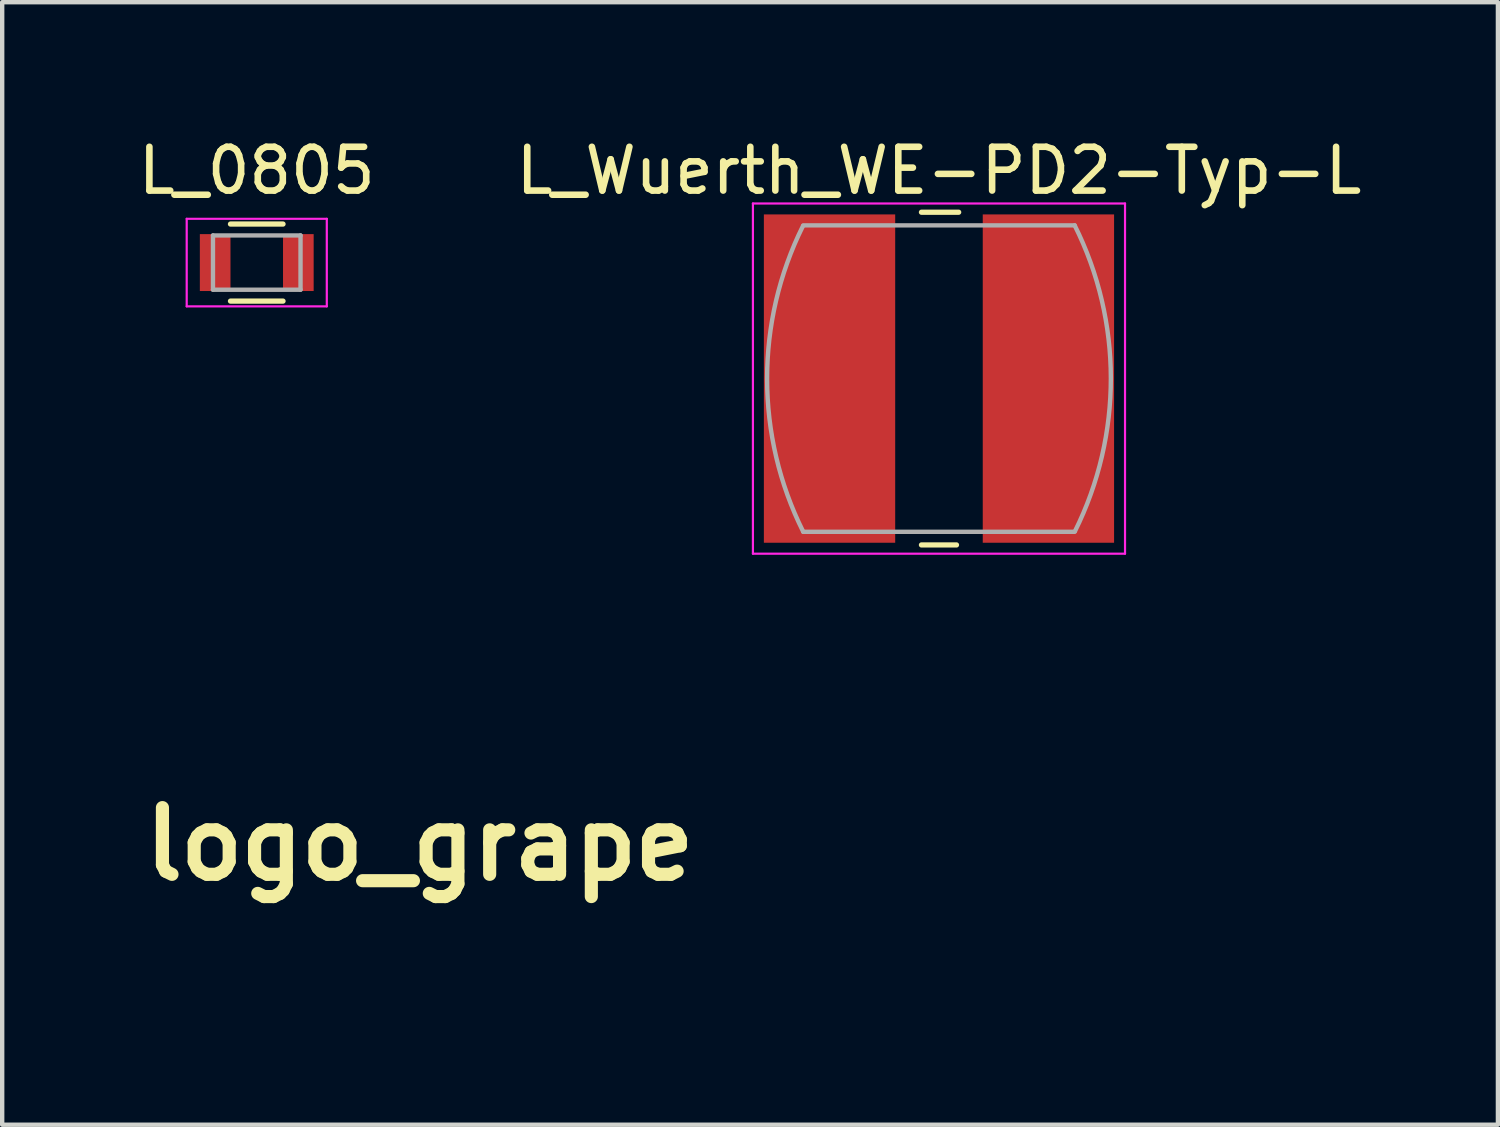
<source format=kicad_pcb>
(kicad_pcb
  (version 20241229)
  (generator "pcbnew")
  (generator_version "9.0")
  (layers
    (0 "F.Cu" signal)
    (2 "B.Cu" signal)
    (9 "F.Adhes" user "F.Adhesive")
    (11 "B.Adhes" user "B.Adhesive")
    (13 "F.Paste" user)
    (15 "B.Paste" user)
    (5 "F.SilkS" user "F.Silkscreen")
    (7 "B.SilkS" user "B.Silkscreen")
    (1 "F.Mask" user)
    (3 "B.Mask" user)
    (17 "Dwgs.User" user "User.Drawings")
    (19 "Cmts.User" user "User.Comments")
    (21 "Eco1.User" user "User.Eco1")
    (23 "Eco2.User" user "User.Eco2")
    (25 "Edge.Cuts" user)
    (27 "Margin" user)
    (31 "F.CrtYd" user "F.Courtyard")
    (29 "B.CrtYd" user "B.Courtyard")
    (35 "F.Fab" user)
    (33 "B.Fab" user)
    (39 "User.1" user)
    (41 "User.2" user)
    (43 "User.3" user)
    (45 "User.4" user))
  (footprint "L_0805"
    (layer "F.Cu")
    (at 2.815 2.948)
    (property "Reference" "L_0805" (at 0 -2.1 0) (layer "F.SilkS") (effects (font (size 1 1) (thickness 0.15))))
    (attr smd)
    (fp_line (start -0.6 -0.88) (end 0.6 -0.88) (stroke (width 0.12) (type solid)) (layer "F.SilkS"))
    (fp_line (start 0.6 0.88) (end -0.6 0.88) (stroke (width 0.12) (type solid)) (layer "F.SilkS"))
    (fp_line (start -1.6 -1) (end -1.6 1) (stroke (width 0.05) (type solid)) (layer "F.CrtYd"))
    (fp_line (start -1.6 -1) (end 1.6 -1) (stroke (width 0.05) (type solid)) (layer "F.CrtYd"))
    (fp_line (start -1.6 1) (end 1.6 1) (stroke (width 0.05) (type solid)) (layer "F.CrtYd"))
    (fp_line (start 1.6 -1) (end 1.6 1) (stroke (width 0.05) (type solid)) (layer "F.CrtYd"))
    (fp_line (start -1 -0.62) (end 1 -0.62) (stroke (width 0.1) (type solid)) (layer "F.Fab"))
    (fp_line (start -1 0.62) (end -1 -0.62) (stroke (width 0.1) (type solid)) (layer "F.Fab"))
    (fp_line (start 1 -0.62) (end 1 0.62) (stroke (width 0.1) (type solid)) (layer "F.Fab"))
    (fp_line (start 1 0.62) (end -1 0.62) (stroke (width 0.1) (type solid)) (layer "F.Fab"))
    (pad "1" smd rect (at -0.95 0) (size 0.7 1.3) (layers "F.Cu" "F.Mask" "F.Paste"))
    (pad "2" smd rect (at 0.95 0) (size 0.7 1.3) (layers "F.Cu" "F.Mask" "F.Paste")))
  (footprint "L_Wuerth_WE-PD2-Typ-L"
    (layer "F.Cu")
    (at 18.399 5.598)
    (property "Reference" "L_Wuerth_WE-PD2-Typ-L" (at 0 -4.75 0) (layer "F.SilkS") (effects (font (size 1 1) (thickness 0.15))))
    (attr smd)
    (fp_line (start -0.4 -3.8) (end 0.45 -3.8) (stroke (width 0.12) (type solid)) (layer "F.SilkS"))
    (fp_line (start -0.4 3.8) (end 0.4 3.8) (stroke (width 0.12) (type solid)) (layer "F.SilkS"))
    (fp_line (start -4.25 -4) (end 4.25 -4) (stroke (width 0.05) (type solid)) (layer "F.CrtYd"))
    (fp_line (start -4.25 4) (end -4.25 -4) (stroke (width 0.05) (type solid)) (layer "F.CrtYd"))
    (fp_line (start 4.25 -4) (end 4.25 4) (stroke (width 0.05) (type solid)) (layer "F.CrtYd"))
    (fp_line (start 4.25 4) (end -4.25 4) (stroke (width 0.05) (type solid)) (layer "F.CrtYd"))
    (fp_line (start -3.1 3.5) (end 3.1 3.5) (stroke (width 0.1) (type solid)) (layer "F.Fab"))
    (fp_line (start 3.1 -3.5) (end -3.1 -3.5) (stroke (width 0.1) (type solid)) (layer "F.Fab"))
    (fp_arc (start -3.1 3.5) (mid -3.926233 0.008885) (end -3.107929 -3.484096) (stroke (width 0.1) (type solid)) (layer "F.Fab"))
    (fp_arc (start 3.1 -3.5) (mid 3.926233 -0.008885) (end 3.107929 3.484096) (stroke (width 0.1) (type solid)) (layer "F.Fab"))
    (pad "1" smd rect (at -2.5 0) (size 3 7.5) (layers "F.Cu" "F.Mask" "F.Paste"))
    (pad "2" smd rect (at 2.5 0) (size 3 7.5) (layers "F.Cu" "F.Mask" "F.Paste")))
  (footprint "logo_grape"
    (layer "F.Cu")
    (at 6.539 16.233)
    (property "Reference" "logo_grape" (at 0 0 0) (layer "F.SilkS") (effects (font (size 1.524 1.524) (thickness 0.3))))
    (attr through_hole)
    (fp_poly (pts (xy 4.801 3.124) (xy 4.521 3.124) (xy 4.521 2.845) (xy 4.801 2.845) (xy 4.801 3.124)) (stroke (width 0.01) (type solid)) (fill yes) (layer "F.Mask"))
    (fp_poly (pts (xy 1.041 2.267) (xy 1.04 2.348) (xy 1.031 2.391) (xy 1.006 2.411) (xy 0.958 2.423) (xy 0.957 2.423) (xy 0.878 2.454) (xy 0.811 2.504) (xy 0.783 2.538) (xy 0.765 2.576) (xy 0.753 2.63) (xy 0.746 2.712) (xy 0.741 2.832) (xy 0.741 2.847) (xy 0.732 3.124) (xy 0.457 3.124) (xy 0.457 2.159) (xy 0.597 2.159) (xy 0.677 2.16) (xy 0.718 2.169) (xy 0.734 2.191) (xy 0.737 2.234) (xy 0.737 2.236) (xy 0.737 2.312) (xy 0.806 2.236) (xy 0.873 2.181) (xy 0.947 2.146) (xy 0.959 2.143) (xy 1.041 2.127) (xy 1.041 2.267)) (stroke (width 0.01) (type solid)) (fill yes) (layer "F.Mask"))
    (fp_poly (pts (xy -1.745 -3.601) (xy -1.669 -3.55) (xy -1.6 -3.474) (xy -1.435 -3.234) (xy -1.308 -2.979) (xy -1.219 -2.715) (xy -1.169 -2.449) (xy -1.16 -2.187) (xy -1.191 -1.935) (xy -1.264 -1.699) (xy -1.336 -1.556) (xy -1.43 -1.415) (xy -1.519 -1.321) (xy -1.602 -1.274) (xy -1.677 -1.275) (xy -1.736 -1.316) (xy -1.773 -1.381) (xy -1.767 -1.454) (xy -1.717 -1.542) (xy -1.699 -1.565) (xy -1.57 -1.766) (xy -1.486 -1.989) (xy -1.449 -2.225) (xy -1.448 -2.283) (xy -1.466 -2.461) (xy -1.515 -2.66) (xy -1.591 -2.865) (xy -1.689 -3.062) (xy -1.802 -3.239) (xy -1.827 -3.271) (xy -1.898 -3.376) (xy -1.927 -3.461) (xy -1.914 -3.528) (xy -1.884 -3.565) (xy -1.815 -3.605) (xy -1.745 -3.601)) (stroke (width 0.01) (type solid)) (fill yes) (layer "F.Mask"))
    (fp_poly (pts (xy 0.193 -3.22) (xy 0.29 -3.205) (xy 0.405 -3.184) (xy 0.527 -3.158) (xy 0.645 -3.13) (xy 0.747 -3.103) (xy 0.822 -3.08) (xy 0.857 -3.063) (xy 0.858 -3.032) (xy 0.846 -2.963) (xy 0.823 -2.866) (xy 0.792 -2.752) (xy 0.757 -2.629) (xy 0.72 -2.509) (xy 0.685 -2.402) (xy 0.652 -2.317) (xy 0.639 -2.287) (xy 0.527 -2.111) (xy 0.375 -1.953) (xy 0.194 -1.821) (xy -0.008 -1.724) (xy -0.115 -1.69) (xy -0.256 -1.662) (xy -0.398 -1.655) (xy -0.554 -1.668) (xy -0.736 -1.704) (xy -0.837 -1.729) (xy -0.952 -1.76) (xy -1.047 -1.787) (xy -1.114 -1.807) (xy -1.141 -1.818) (xy -1.142 -1.849) (xy -1.13 -1.918) (xy -1.107 -2.015) (xy -1.077 -2.128) (xy -1.043 -2.249) (xy -1.006 -2.366) (xy -0.971 -2.47) (xy -0.939 -2.549) (xy -0.936 -2.558) (xy -0.817 -2.755) (xy -0.66 -2.923) (xy -0.473 -3.059) (xy -0.264 -3.157) (xy -0.038 -3.214) (xy 0.127 -3.226) (xy 0.193 -3.22)) (stroke (width 0.01) (type solid)) (fill yes) (layer "F.Mask"))
    (fp_poly (pts (xy 2.962 2.172) (xy 3.074 2.242) (xy 3.164 2.347) (xy 3.174 2.364) (xy 3.225 2.503) (xy 3.239 2.66) (xy 3.217 2.815) (xy 3.174 2.921) (xy 3.09 3.028) (xy 2.982 3.102) (xy 2.859 3.139) (xy 2.733 3.138) (xy 2.615 3.094) (xy 2.588 3.075) (xy 2.515 3.021) (xy 2.515 3.404) (xy 2.235 3.404) (xy 2.235 2.676) (xy 2.509 2.676) (xy 2.536 2.766) (xy 2.585 2.843) (xy 2.652 2.898) (xy 2.733 2.922) (xy 2.824 2.905) (xy 2.846 2.895) (xy 2.904 2.84) (xy 2.949 2.755) (xy 2.971 2.66) (xy 2.972 2.642) (xy 2.953 2.529) (xy 2.903 2.441) (xy 2.831 2.385) (xy 2.744 2.364) (xy 2.653 2.385) (xy 2.608 2.414) (xy 2.541 2.491) (xy 2.51 2.582) (xy 2.509 2.676) (xy 2.235 2.676) (xy 2.235 2.159) (xy 2.375 2.159) (xy 2.455 2.161) (xy 2.497 2.17) (xy 2.513 2.192) (xy 2.515 2.212) (xy 2.517 2.244) (xy 2.531 2.249) (xy 2.57 2.224) (xy 2.593 2.208) (xy 2.711 2.153) (xy 2.837 2.142) (xy 2.962 2.172)) (stroke (width 0.01) (type solid)) (fill yes) (layer "F.Mask"))
    (fp_poly (pts (xy 4.011 2.166) (xy 4.13 2.233) (xy 4.222 2.334) (xy 4.282 2.466) (xy 4.302 2.603) (xy 4.305 2.731) (xy 3.981 2.738) (xy 3.86 2.742) (xy 3.759 2.749) (xy 3.689 2.757) (xy 3.658 2.767) (xy 3.658 2.768) (xy 3.673 2.801) (xy 3.71 2.852) (xy 3.716 2.86) (xy 3.772 2.908) (xy 3.841 2.926) (xy 3.881 2.928) (xy 3.966 2.917) (xy 4.04 2.892) (xy 4.051 2.885) (xy 4.097 2.859) (xy 4.133 2.861) (xy 4.18 2.892) (xy 4.191 2.901) (xy 4.239 2.943) (xy 4.265 2.973) (xy 4.266 2.976) (xy 4.246 3.006) (xy 4.193 3.045) (xy 4.121 3.085) (xy 4.043 3.116) (xy 4.026 3.121) (xy 3.904 3.145) (xy 3.797 3.14) (xy 3.7 3.113) (xy 3.572 3.044) (xy 3.477 2.945) (xy 3.415 2.827) (xy 3.385 2.696) (xy 3.387 2.561) (xy 3.398 2.519) (xy 3.658 2.519) (xy 3.663 2.542) (xy 3.686 2.556) (xy 3.737 2.563) (xy 3.826 2.565) (xy 3.859 2.565) (xy 4.061 2.565) (xy 4.035 2.488) (xy 3.992 2.421) (xy 3.926 2.371) (xy 3.855 2.349) (xy 3.818 2.353) (xy 3.751 2.391) (xy 3.693 2.446) (xy 3.66 2.502) (xy 3.658 2.519) (xy 3.398 2.519) (xy 3.421 2.432) (xy 3.487 2.316) (xy 3.585 2.223) (xy 3.714 2.161) (xy 3.724 2.158) (xy 3.874 2.139) (xy 4.011 2.166)) (stroke (width 0.01) (type solid)) (fill yes) (layer "F.Mask"))
    (fp_poly (pts (xy 1.653 2.175) (xy 1.728 2.183) (xy 1.782 2.2) (xy 1.821 2.224) (xy 1.881 2.277) (xy 1.925 2.337) (xy 1.954 2.414) (xy 1.971 2.517) (xy 1.98 2.655) (xy 1.981 2.788) (xy 1.981 3.124) (xy 1.854 3.124) (xy 1.776 3.121) (xy 1.737 3.107) (xy 1.727 3.083) (xy 1.723 3.057) (xy 1.701 3.061) (xy 1.663 3.085) (xy 1.569 3.123) (xy 1.453 3.14) (xy 1.339 3.132) (xy 1.278 3.114) (xy 1.193 3.051) (xy 1.14 2.963) (xy 1.12 2.861) (xy 1.124 2.823) (xy 1.376 2.823) (xy 1.389 2.892) (xy 1.437 2.939) (xy 1.507 2.961) (xy 1.587 2.955) (xy 1.665 2.917) (xy 1.682 2.903) (xy 1.719 2.84) (xy 1.722 2.795) (xy 1.694 2.739) (xy 1.637 2.707) (xy 1.563 2.698) (xy 1.486 2.711) (xy 1.421 2.746) (xy 1.382 2.8) (xy 1.376 2.823) (xy 1.124 2.823) (xy 1.131 2.758) (xy 1.175 2.667) (xy 1.251 2.6) (xy 1.275 2.588) (xy 1.351 2.569) (xy 1.457 2.558) (xy 1.543 2.556) (xy 1.648 2.555) (xy 1.707 2.544) (xy 1.726 2.52) (xy 1.711 2.479) (xy 1.691 2.45) (xy 1.655 2.418) (xy 1.595 2.403) (xy 1.52 2.4) (xy 1.428 2.404) (xy 1.347 2.413) (xy 1.317 2.419) (xy 1.274 2.427) (xy 1.249 2.41) (xy 1.23 2.357) (xy 1.225 2.335) (xy 1.21 2.269) (xy 1.216 2.234) (xy 1.247 2.212) (xy 1.266 2.204) (xy 1.323 2.191) (xy 1.414 2.18) (xy 1.52 2.174) (xy 1.541 2.174) (xy 1.653 2.175)) (stroke (width 0.01) (type solid)) (fill yes) (layer "F.Mask"))
    (fp_poly (pts (xy -0.271 2.147) (xy -0.147 2.197) (xy -0.129 2.208) (xy -0.078 2.243) (xy -0.056 2.249) (xy -0.051 2.227) (xy -0.051 2.212) (xy -0.045 2.181) (xy -0.02 2.165) (xy 0.036 2.16) (xy 0.089 2.159) (xy 0.229 2.159) (xy 0.227 2.546) (xy 0.225 2.755) (xy 0.216 2.919) (xy 0.2 3.047) (xy 0.174 3.145) (xy 0.137 3.219) (xy 0.087 3.277) (xy 0.021 3.325) (xy 0.005 3.335) (xy -0.081 3.367) (xy -0.2 3.387) (xy -0.334 3.393) (xy -0.465 3.385) (xy -0.547 3.37) (xy -0.644 3.343) (xy -0.7 3.32) (xy -0.72 3.293) (xy -0.712 3.254) (xy -0.695 3.218) (xy -0.666 3.163) (xy -0.649 3.132) (xy -0.648 3.13) (xy -0.623 3.132) (xy -0.562 3.145) (xy -0.487 3.163) (xy -0.341 3.185) (xy -0.22 3.174) (xy -0.127 3.13) (xy -0.069 3.057) (xy -0.051 2.964) (xy -0.053 2.916) (xy -0.068 2.911) (xy -0.094 2.935) (xy -0.173 2.99) (xy -0.274 3.031) (xy -0.371 3.048) (xy -0.372 3.048) (xy -0.475 3.028) (xy -0.583 2.975) (xy -0.675 2.901) (xy -0.717 2.849) (xy -0.753 2.776) (xy -0.77 2.692) (xy -0.775 2.591) (xy -0.508 2.591) (xy -0.487 2.695) (xy -0.433 2.771) (xy -0.354 2.813) (xy -0.261 2.817) (xy -0.164 2.779) (xy -0.129 2.754) (xy -0.067 2.675) (xy -0.048 2.586) (xy -0.066 2.5) (xy -0.118 2.426) (xy -0.198 2.377) (xy -0.284 2.362) (xy -0.39 2.383) (xy -0.464 2.443) (xy -0.503 2.536) (xy -0.508 2.591) (xy -0.775 2.591) (xy -0.759 2.438) (xy -0.71 2.32) (xy -0.623 2.231) (xy -0.543 2.183) (xy -0.407 2.142) (xy -0.271 2.147)) (stroke (width 0.01) (type solid)) (fill yes) (layer "F.Mask"))
    (fp_poly (pts (xy -1.232 0.983) (xy -1.081 1.045) (xy -0.946 1.139) (xy -0.835 1.261) (xy -0.754 1.41) (xy -0.709 1.584) (xy -0.702 1.689) (xy -0.724 1.887) (xy -0.791 2.061) (xy -0.903 2.212) (xy -1.06 2.338) (xy -1.089 2.356) (xy -1.168 2.395) (xy -1.256 2.418) (xy -1.371 2.431) (xy -1.401 2.433) (xy -1.507 2.438) (xy -1.584 2.433) (xy -1.651 2.415) (xy -1.731 2.381) (xy -1.762 2.365) (xy -1.845 2.326) (xy -1.91 2.298) (xy -1.943 2.286) (xy -1.944 2.286) (xy -1.975 2.299) (xy -2.032 2.331) (xy -2.071 2.354) (xy -2.179 2.422) (xy -2.166 2.566) (xy -2.172 2.754) (xy -2.224 2.932) (xy -2.315 3.091) (xy -2.443 3.222) (xy -2.542 3.288) (xy -2.673 3.34) (xy -2.827 3.369) (xy -2.983 3.374) (xy -3.122 3.354) (xy -3.157 3.343) (xy -3.332 3.253) (xy -3.471 3.129) (xy -3.571 2.974) (xy -3.63 2.793) (xy -3.641 2.671) (xy -3.289 2.671) (xy -3.258 2.787) (xy -3.193 2.886) (xy -3.103 2.963) (xy -2.995 3.012) (xy -2.879 3.024) (xy -2.761 2.993) (xy -2.748 2.987) (xy -2.635 2.904) (xy -2.561 2.799) (xy -2.528 2.682) (xy -2.534 2.563) (xy -2.581 2.45) (xy -2.667 2.353) (xy -2.759 2.296) (xy -2.88 2.264) (xy -3.003 2.276) (xy -3.117 2.327) (xy -3.21 2.411) (xy -3.272 2.524) (xy -3.279 2.547) (xy -3.289 2.671) (xy -3.641 2.671) (xy -3.645 2.629) (xy -3.622 2.437) (xy -3.556 2.267) (xy -3.451 2.123) (xy -3.314 2.01) (xy -3.148 1.934) (xy -2.958 1.899) (xy -2.904 1.897) (xy -2.786 1.902) (xy -2.694 1.919) (xy -2.603 1.956) (xy -2.588 1.963) (xy -2.454 2.029) (xy -2.186 1.867) (xy -2.185 1.725) (xy -2.183 1.702) (xy -1.826 1.702) (xy -1.803 1.821) (xy -1.771 1.882) (xy -1.671 1.994) (xy -1.554 2.061) (xy -1.426 2.08) (xy -1.291 2.05) (xy -1.286 2.048) (xy -1.178 1.978) (xy -1.104 1.88) (xy -1.066 1.764) (xy -1.067 1.641) (xy -1.108 1.521) (xy -1.183 1.42) (xy -1.244 1.369) (xy -1.306 1.342) (xy -1.391 1.328) (xy -1.416 1.327) (xy -1.51 1.324) (xy -1.576 1.336) (xy -1.637 1.368) (xy -1.648 1.376) (xy -1.746 1.469) (xy -1.806 1.581) (xy -1.826 1.702) (xy -2.183 1.702) (xy -2.164 1.529) (xy -2.103 1.354) (xy -2.018 1.224) (xy -1.878 1.095) (xy -1.724 1.009) (xy -1.56 0.963) (xy -1.394 0.955) (xy -1.232 0.983)) (stroke (width 0.01) (type solid)) (fill yes) (layer "F.Mask"))
    (fp_poly (pts (xy -3.883 -1.068) (xy -3.728 -0.987) (xy -3.593 -0.872) (xy -3.486 -0.729) (xy -3.415 -0.565) (xy -3.401 -0.506) (xy -3.371 -0.355) (xy -2.793 -0.173) (xy -2.689 -0.267) (xy -2.54 -0.378) (xy -2.384 -0.443) (xy -2.208 -0.468) (xy -2.172 -0.469) (xy -1.978 -0.445) (xy -1.805 -0.378) (xy -1.659 -0.272) (xy -1.544 -0.132) (xy -1.465 0.037) (xy -1.431 0.2) (xy -1.433 0.382) (xy -1.478 0.546) (xy -1.57 0.699) (xy -1.652 0.791) (xy -1.8 0.913) (xy -1.958 0.986) (xy -2.134 1.015) (xy -2.172 1.016) (xy -2.353 0.992) (xy -2.522 0.924) (xy -2.67 0.818) (xy -2.79 0.682) (xy -2.875 0.521) (xy -2.91 0.387) (xy -2.926 0.289) (xy -3.079 0.242) (xy -2.555 0.242) (xy -2.545 0.357) (xy -2.488 0.476) (xy -2.482 0.486) (xy -2.388 0.585) (xy -2.271 0.642) (xy -2.142 0.655) (xy -2.024 0.626) (xy -1.921 0.559) (xy -1.84 0.46) (xy -1.793 0.348) (xy -1.792 0.342) (xy -1.795 0.232) (xy -1.838 0.119) (xy -1.912 0.019) (xy -1.994 -0.044) (xy -2.126 -0.094) (xy -2.254 -0.097) (xy -2.37 -0.055) (xy -2.465 0.028) (xy -2.519 0.118) (xy -2.555 0.242) (xy -3.079 0.242) (xy -3.232 0.194) (xy -3.538 0.099) (xy -3.608 0.166) (xy -3.678 0.234) (xy -3.634 0.363) (xy -3.608 0.435) (xy -3.581 0.477) (xy -3.537 0.501) (xy -3.463 0.521) (xy -3.441 0.526) (xy -3.254 0.592) (xy -3.097 0.695) (xy -2.974 0.831) (xy -2.89 0.994) (xy -2.849 1.179) (xy -2.845 1.256) (xy -2.868 1.438) (xy -2.933 1.602) (xy -3.033 1.744) (xy -3.162 1.86) (xy -3.313 1.944) (xy -3.479 1.992) (xy -3.654 1.999) (xy -3.827 1.961) (xy -4.005 1.873) (xy -4.149 1.749) (xy -4.254 1.593) (xy -4.318 1.409) (xy -4.32 1.402) (xy -4.33 1.26) (xy -3.971 1.26) (xy -3.949 1.383) (xy -3.89 1.488) (xy -3.802 1.57) (xy -3.696 1.624) (xy -3.581 1.644) (xy -3.466 1.626) (xy -3.382 1.581) (xy -3.282 1.486) (xy -3.228 1.381) (xy -3.213 1.27) (xy -3.234 1.145) (xy -3.292 1.043) (xy -3.376 0.964) (xy -3.48 0.912) (xy -3.592 0.889) (xy -3.705 0.898) (xy -3.809 0.941) (xy -3.895 1.021) (xy -3.927 1.072) (xy -3.956 1.155) (xy -3.97 1.248) (xy -3.971 1.26) (xy -4.33 1.26) (xy -4.332 1.227) (xy -4.302 1.049) (xy -4.234 0.882) (xy -4.133 0.741) (xy -4.107 0.715) (xy -4.043 0.656) (xy -4.088 0.525) (xy -4.116 0.449) (xy -4.145 0.407) (xy -4.187 0.387) (xy -4.237 0.376) (xy -4.428 0.32) (xy -4.591 0.226) (xy -4.721 0.096) (xy -4.813 -0.062) (xy -4.864 -0.246) (xy -4.871 -0.308) (xy -4.87 -0.32) (xy -4.518 -0.32) (xy -4.479 -0.203) (xy -4.426 -0.124) (xy -4.319 -0.031) (xy -4.197 0.016) (xy -4.068 0.016) (xy -3.963 -0.019) (xy -3.858 -0.097) (xy -3.791 -0.198) (xy -3.76 -0.314) (xy -3.766 -0.433) (xy -3.81 -0.545) (xy -3.891 -0.639) (xy -3.96 -0.685) (xy -4.09 -0.728) (xy -4.212 -0.728) (xy -4.321 -0.692) (xy -4.411 -0.626) (xy -4.478 -0.538) (xy -4.516 -0.434) (xy -4.518 -0.32) (xy -4.87 -0.32) (xy -4.861 -0.501) (xy -4.807 -0.678) (xy -4.711 -0.832) (xy -4.58 -0.959) (xy -4.417 -1.052) (xy -4.227 -1.106) (xy -4.224 -1.107) (xy -4.051 -1.11) (xy -3.883 -1.068)) (stroke (width 0.01) (type solid)) (fill yes) (layer "F.Mask"))
    (fp_poly (pts (xy -2.579 -1.959) (xy -2.407 -1.893) (xy -2.264 -1.786) (xy -2.151 -1.64) (xy -2.071 -1.457) (xy -2.056 -1.404) (xy -2.014 -1.239) (xy -1.731 -1.148) (xy -1.447 -1.057) (xy -1.365 -1.136) (xy -1.216 -1.246) (xy -1.052 -1.312) (xy -0.882 -1.337) (xy -0.713 -1.323) (xy -0.551 -1.271) (xy -0.404 -1.185) (xy -0.279 -1.066) (xy -0.184 -0.916) (xy -0.126 -0.745) (xy -0.112 -0.557) (xy -0.148 -0.371) (xy -0.23 -0.193) (xy -0.231 -0.192) (xy -0.308 -0.067) (xy -0.265 0.03) (xy -0.235 0.089) (xy -0.202 0.117) (xy -0.149 0.126) (xy -0.099 0.127) (xy 0.077 0.151) (xy 0.245 0.22) (xy 0.395 0.325) (xy 0.516 0.462) (xy 0.562 0.539) (xy 0.609 0.676) (xy 0.631 0.837) (xy 0.624 0.999) (xy 0.598 1.113) (xy 0.535 1.244) (xy 0.438 1.371) (xy 0.321 1.48) (xy 0.214 1.548) (xy 0.051 1.6) (xy -0.125 1.617) (xy -0.295 1.596) (xy -0.35 1.579) (xy -0.522 1.493) (xy -0.66 1.374) (xy -0.763 1.229) (xy -0.828 1.065) (xy -0.853 0.89) (xy -0.848 0.837) (xy -0.489 0.837) (xy -0.48 0.962) (xy -0.433 1.067) (xy -0.349 1.16) (xy -0.241 1.23) (xy -0.123 1.266) (xy -0.101 1.268) (xy -0.056 1.258) (xy 0.013 1.231) (xy 0.05 1.213) (xy 0.165 1.136) (xy 0.236 1.04) (xy 0.27 0.916) (xy 0.273 0.897) (xy 0.274 0.807) (xy 0.254 0.738) (xy 0.225 0.688) (xy 0.123 0.573) (xy 0.009 0.507) (xy -0.115 0.49) (xy -0.249 0.523) (xy -0.261 0.528) (xy -0.378 0.605) (xy -0.455 0.71) (xy -0.489 0.837) (xy -0.848 0.837) (xy -0.835 0.71) (xy -0.771 0.534) (xy -0.733 0.469) (xy -0.656 0.347) (xy -0.7 0.25) (xy -0.73 0.191) (xy -0.763 0.162) (xy -0.816 0.153) (xy -0.867 0.152) (xy -1.044 0.129) (xy -1.209 0.062) (xy -1.354 -0.041) (xy -1.472 -0.173) (xy -1.554 -0.328) (xy -1.592 -0.481) (xy -1.6 -0.55) (xy -1.238 -0.55) (xy -1.2 -0.428) (xy -1.15 -0.353) (xy -1.042 -0.259) (xy -0.922 -0.212) (xy -0.793 -0.215) (xy -0.685 -0.254) (xy -0.576 -0.335) (xy -0.506 -0.441) (xy -0.476 -0.56) (xy -0.488 -0.685) (xy -0.545 -0.803) (xy -0.587 -0.854) (xy -0.699 -0.94) (xy -0.821 -0.977) (xy -0.949 -0.963) (xy -0.981 -0.953) (xy -1.102 -0.883) (xy -1.187 -0.787) (xy -1.233 -0.673) (xy -1.238 -0.55) (xy -1.6 -0.55) (xy -1.606 -0.602) (xy -1.898 -0.695) (xy -2.189 -0.789) (xy -2.238 -0.726) (xy -2.286 -0.683) (xy -2.363 -0.63) (xy -2.443 -0.586) (xy -2.623 -0.522) (xy -2.804 -0.504) (xy -2.98 -0.53) (xy -3.143 -0.596) (xy -3.287 -0.698) (xy -3.403 -0.835) (xy -3.485 -1.003) (xy -3.496 -1.038) (xy -3.524 -1.219) (xy -3.523 -1.231) (xy -3.168 -1.231) (xy -3.142 -1.116) (xy -3.081 -1.015) (xy -2.994 -0.934) (xy -2.888 -0.881) (xy -2.771 -0.863) (xy -2.652 -0.885) (xy -2.618 -0.901) (xy -2.524 -0.97) (xy -2.447 -1.066) (xy -2.402 -1.168) (xy -2.399 -1.18) (xy -2.4 -1.306) (xy -2.45 -1.429) (xy -2.529 -1.526) (xy -2.583 -1.574) (xy -2.631 -1.6) (xy -2.693 -1.611) (xy -2.781 -1.613) (xy -2.873 -1.611) (xy -2.934 -1.599) (xy -2.982 -1.572) (xy -3.033 -1.526) (xy -3.094 -1.454) (xy -3.141 -1.378) (xy -3.152 -1.353) (xy -3.168 -1.231) (xy -3.523 -1.231) (xy -3.508 -1.401) (xy -3.449 -1.573) (xy -3.353 -1.725) (xy -3.242 -1.831) (xy -3.112 -1.914) (xy -2.98 -1.962) (xy -2.827 -1.98) (xy -2.776 -1.981) (xy -2.579 -1.959)) (stroke (width 0.01) (type solid)) (fill yes) (layer "F.Mask")))
  (gr_rect
    (start -3 -3)
    (end 31.167 22.642)
    (stroke (width 0.1) (type default))
    (fill no)
    (layer "Edge.Cuts")))
</source>
